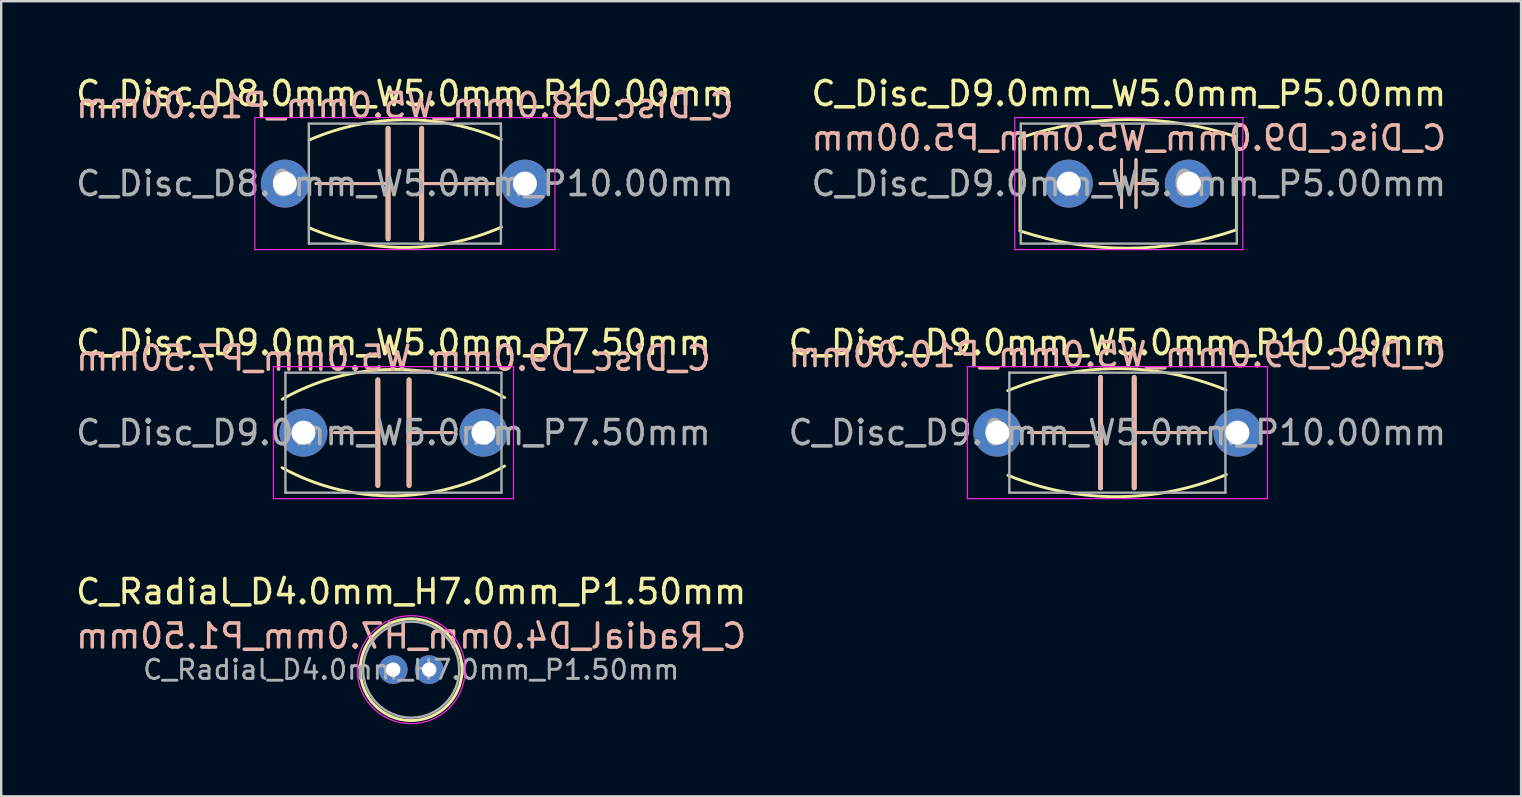
<source format=kicad_pcb>
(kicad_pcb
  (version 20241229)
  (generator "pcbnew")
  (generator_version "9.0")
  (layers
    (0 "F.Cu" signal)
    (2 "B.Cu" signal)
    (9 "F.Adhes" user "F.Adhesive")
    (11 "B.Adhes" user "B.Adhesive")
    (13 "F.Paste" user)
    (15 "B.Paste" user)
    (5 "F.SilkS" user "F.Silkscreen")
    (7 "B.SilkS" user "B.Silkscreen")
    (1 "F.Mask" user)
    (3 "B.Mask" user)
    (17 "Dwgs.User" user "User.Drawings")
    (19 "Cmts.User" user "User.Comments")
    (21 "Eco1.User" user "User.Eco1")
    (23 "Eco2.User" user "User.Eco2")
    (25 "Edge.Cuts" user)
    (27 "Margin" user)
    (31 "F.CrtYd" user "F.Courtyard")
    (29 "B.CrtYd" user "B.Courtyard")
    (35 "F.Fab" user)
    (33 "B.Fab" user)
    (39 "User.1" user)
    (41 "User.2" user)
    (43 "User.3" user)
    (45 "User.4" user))
  (footprint "C_Disc_D9.0mm_W5.0mm_P10.00mm"
    (layer "F.Cu")
    (at 38.494 14.972)
    (property "Reference" "C_Disc_D9.0mm_W5.0mm_P10.00mm" (at 5 -3.75 0) (layer "F.SilkS") (effects (font (size 1 1) (thickness 0.15))))
    (fp_line (start 1.3 0) (end 4.3 0) (stroke (width 0.12) (type solid)) (layer "F.SilkS"))
    (fp_line (start 4.3 0) (end 4.3 -2.3) (stroke (width 0.2) (type solid)) (layer "F.SilkS"))
    (fp_line (start 4.3 0) (end 4.3 2.3) (stroke (width 0.2) (type solid)) (layer "F.SilkS"))
    (fp_line (start 5.7 0) (end 5.7 -2.3) (stroke (width 0.2) (type solid)) (layer "F.SilkS"))
    (fp_line (start 5.7 0) (end 5.7 2.3) (stroke (width 0.2) (type solid)) (layer "F.SilkS"))
    (fp_line (start 5.7 0) (end 8.7 0) (stroke (width 0.12) (type solid)) (layer "F.SilkS"))
    (fp_arc (start 0.431238 -1.746181) (mid 4.974952 -2.667096) (end 9.525 -1.778) (stroke (width 0.12) (type solid)) (layer "F.SilkS"))
    (fp_arc (start 9.538262 1.746181) (mid 4.994548 2.667096) (end 0.4445 1.778) (stroke (width 0.12) (type solid)) (layer "F.SilkS"))
    (fp_line (start 1.3 0) (end 4.3 0) (stroke (width 0.12) (type solid)) (layer "B.SilkS"))
    (fp_line (start 4.3 0) (end 4.3 -2.3) (stroke (width 0.2) (type solid)) (layer "B.SilkS"))
    (fp_line (start 4.3 0) (end 4.3 2.3) (stroke (width 0.2) (type solid)) (layer "B.SilkS"))
    (fp_line (start 5.7 0) (end 5.7 -2.3) (stroke (width 0.2) (type solid)) (layer "B.SilkS"))
    (fp_line (start 5.7 0) (end 5.7 2.3) (stroke (width 0.2) (type solid)) (layer "B.SilkS"))
    (fp_line (start 5.7 0) (end 8.7 0) (stroke (width 0.12) (type solid)) (layer "B.SilkS"))
    (fp_line (start -1.25 -2.75) (end -1.25 2.75) (stroke (width 0.05) (type solid)) (layer "F.CrtYd"))
    (fp_line (start -1.25 2.75) (end 11.25 2.75) (stroke (width 0.05) (type solid)) (layer "F.CrtYd"))
    (fp_line (start 11.25 -2.75) (end -1.25 -2.75) (stroke (width 0.05) (type solid)) (layer "F.CrtYd"))
    (fp_line (start 11.25 2.75) (end 11.25 -2.75) (stroke (width 0.05) (type solid)) (layer "F.CrtYd"))
    (fp_line (start 0.5 -2.5) (end 0.5 2.5) (stroke (width 0.1) (type solid)) (layer "F.Fab"))
    (fp_line (start 0.5 2.5) (end 9.5 2.5) (stroke (width 0.1) (type solid)) (layer "F.Fab"))
    (fp_line (start 9.5 -2.5) (end 0.5 -2.5) (stroke (width 0.1) (type solid)) (layer "F.Fab"))
    (fp_line (start 9.5 2.5) (end 9.5 -2.5) (stroke (width 0.1) (type solid)) (layer "F.Fab"))
    (fp_text user "${REFERENCE}" (at 5 -3.25 0) (layer "B.SilkS") (effects (font (size 1 1) (thickness 0.15)) (justify mirror)))
    (fp_text user "${REFERENCE}" (at 5 0 0) (layer "F.Fab") (effects (font (size 1 1) (thickness 0.15))))
    (pad "1" thru_hole circle (at 0 0) (size 2 2) (drill 1) (layers "*.Cu" "*.Mask"))
    (pad "2" thru_hole circle (at 10 0) (size 2 2) (drill 1) (layers "*.Cu" "*.Mask")))
  (footprint "C_Disc_D9.0mm_W5.0mm_P5.00mm"
    (layer "F.Cu")
    (at 41.47 4.598)
    (property "Reference" "C_Disc_D9.0mm_W5.0mm_P5.00mm" (at 2.5 -3.75 0) (layer "F.SilkS") (effects (font (size 1 1) (thickness 0.15))))
    (fp_line (start -2.038 -1.882) (end -2.032 -1.905) (stroke (width 0.12) (type solid)) (layer "F.SilkS"))
    (fp_line (start -2.038 -1.882) (end -2.032 1.968) (stroke (width 0.12) (type solid)) (layer "F.SilkS"))
    (fp_line (start 1.3 0) (end 2.2 0) (stroke (width 0.12) (type solid)) (layer "F.SilkS"))
    (fp_line (start 2.2 0) (end 2.2 -1) (stroke (width 0.12) (type solid)) (layer "F.SilkS"))
    (fp_line (start 2.2 0) (end 2.2 1) (stroke (width 0.12) (type solid)) (layer "F.SilkS"))
    (fp_line (start 2.8 -1) (end 2.8 1) (stroke (width 0.12) (type solid)) (layer "F.SilkS"))
    (fp_line (start 2.8 0) (end 3.7 0) (stroke (width 0.12) (type solid)) (layer "F.SilkS"))
    (fp_line (start 6.985 0.064) (end 6.985 -1.946) (stroke (width 0.12) (type solid)) (layer "F.SilkS"))
    (fp_line (start 6.985 0.064) (end 6.985 0.572) (stroke (width 0.12) (type solid)) (layer "F.SilkS"))
    (fp_line (start 6.985 0.572) (end 6.985 0.508) (stroke (width 0.12) (type solid)) (layer "F.SilkS"))
    (fp_line (start 6.985 1.905) (end 6.985 0.064) (stroke (width 0.12) (type solid)) (layer "F.SilkS"))
    (fp_arc (start -2.025917 -1.905) (mid 2.476174 -2.667096) (end 6.985 -1.945917) (stroke (width 0.12) (type solid)) (layer "F.SilkS"))
    (fp_arc (start 6.978917 1.927583) (mid 2.476826 2.689679) (end -2.032 1.9685) (stroke (width 0.12) (type solid)) (layer "F.SilkS"))
    (fp_line (start 1.3 0) (end 2.2 0) (stroke (width 0.12) (type solid)) (layer "B.SilkS"))
    (fp_line (start 2.2 0) (end 2.2 -1) (stroke (width 0.12) (type solid)) (layer "B.SilkS"))
    (fp_line (start 2.2 0) (end 2.2 1) (stroke (width 0.12) (type solid)) (layer "B.SilkS"))
    (fp_line (start 2.8 0) (end 3.7 0) (stroke (width 0.12) (type solid)) (layer "B.SilkS"))
    (fp_line (start 2.8 1) (end 2.8 -1) (stroke (width 0.12) (type solid)) (layer "B.SilkS"))
    (fp_line (start -2.25 -2.75) (end -2.25 2.75) (stroke (width 0.05) (type solid)) (layer "F.CrtYd"))
    (fp_line (start -2.25 2.75) (end 7.25 2.75) (stroke (width 0.05) (type solid)) (layer "F.CrtYd"))
    (fp_line (start 7.25 -2.75) (end -2.25 -2.75) (stroke (width 0.05) (type solid)) (layer "F.CrtYd"))
    (fp_line (start 7.25 2.75) (end 7.25 -2.75) (stroke (width 0.05) (type solid)) (layer "F.CrtYd"))
    (fp_line (start -2 -2.5) (end -2 2.5) (stroke (width 0.1) (type solid)) (layer "F.Fab"))
    (fp_line (start -2 2.5) (end 7 2.5) (stroke (width 0.1) (type solid)) (layer "F.Fab"))
    (fp_line (start 7 -2.5) (end -2 -2.5) (stroke (width 0.1) (type solid)) (layer "F.Fab"))
    (fp_line (start 7 2.5) (end 7 -2.5) (stroke (width 0.1) (type solid)) (layer "F.Fab"))
    (fp_text user "${REFERENCE}" (at 2.5 -1.9 0) (layer "B.SilkS") (effects (font (size 1 1) (thickness 0.15)) (justify mirror)))
    (fp_text user "${REFERENCE}" (at 2.5 0 0) (layer "F.Fab") (effects (font (size 1 1) (thickness 0.15))))
    (pad "1" thru_hole circle (at 0 0) (size 2 2) (drill 1) (layers "*.Cu" "*.Mask"))
    (pad "2" thru_hole circle (at 5 0) (size 2 2) (drill 1) (layers "*.Cu" "*.Mask")))
  (footprint "C_Disc_D9.0mm_W5.0mm_P7.50mm"
    (layer "F.Cu")
    (at 9.589 14.972)
    (property "Reference" "C_Disc_D9.0mm_W5.0mm_P7.50mm" (at 3.75 -3.75 0) (layer "F.SilkS") (effects (font (size 1 1) (thickness 0.15))))
    (fp_line (start 1.3 0) (end 3.1 0) (stroke (width 0.12) (type solid)) (layer "F.SilkS"))
    (fp_line (start 3.1 0) (end 3.1 -2.2) (stroke (width 0.2) (type solid)) (layer "F.SilkS"))
    (fp_line (start 3.1 0) (end 3.1 2.2) (stroke (width 0.2) (type solid)) (layer "F.SilkS"))
    (fp_line (start 4.4 0) (end 4.4 -2.2) (stroke (width 0.2) (type solid)) (layer "F.SilkS"))
    (fp_line (start 4.4 0) (end 4.4 2.2) (stroke (width 0.2) (type solid)) (layer "F.SilkS"))
    (fp_line (start 4.4 0) (end 6.2 0) (stroke (width 0.12) (type solid)) (layer "F.SilkS"))
    (fp_arc (start -0.884963 -1.391723) (mid 3.739555 -2.633873) (end 8.382 -1.4605) (stroke (width 0.12) (type solid)) (layer "F.SilkS"))
    (fp_arc (start 8.377963 1.391723) (mid 3.753445 2.633873) (end -0.889 1.4605) (stroke (width 0.12) (type solid)) (layer "F.SilkS"))
    (fp_line (start 1.3 0) (end 3.048 0) (stroke (width 0.12) (type solid)) (layer "B.SilkS"))
    (fp_line (start 3.1 0) (end 3.1 -2.2) (stroke (width 0.2) (type solid)) (layer "B.SilkS"))
    (fp_line (start 3.1 0) (end 3.1 2.2) (stroke (width 0.2) (type solid)) (layer "B.SilkS"))
    (fp_line (start 4.4 0) (end 4.4 -2.2) (stroke (width 0.2) (type solid)) (layer "B.SilkS"))
    (fp_line (start 4.4 0) (end 4.4 2.2) (stroke (width 0.2) (type solid)) (layer "B.SilkS"))
    (fp_line (start 4.445 0) (end 6.2 0) (stroke (width 0.12) (type solid)) (layer "B.SilkS"))
    (fp_line (start -1.25 -2.75) (end -1.25 2.75) (stroke (width 0.05) (type solid)) (layer "F.CrtYd"))
    (fp_line (start -1.25 2.75) (end 8.75 2.75) (stroke (width 0.05) (type solid)) (layer "F.CrtYd"))
    (fp_line (start 8.75 -2.75) (end -1.25 -2.75) (stroke (width 0.05) (type solid)) (layer "F.CrtYd"))
    (fp_line (start 8.75 2.75) (end 8.75 -2.75) (stroke (width 0.05) (type solid)) (layer "F.CrtYd"))
    (fp_line (start -0.75 -2.5) (end -0.75 2.5) (stroke (width 0.1) (type solid)) (layer "F.Fab"))
    (fp_line (start -0.75 2.5) (end 8.25 2.5) (stroke (width 0.1) (type solid)) (layer "F.Fab"))
    (fp_line (start 8.25 -2.5) (end -0.75 -2.5) (stroke (width 0.1) (type solid)) (layer "F.Fab"))
    (fp_line (start 8.25 2.5) (end 8.25 -2.5) (stroke (width 0.1) (type solid)) (layer "F.Fab"))
    (fp_text user "${REFERENCE}" (at 3.75 -3.1 0) (layer "B.SilkS") (effects (font (size 1 1) (thickness 0.15)) (justify mirror)))
    (fp_text user "${REFERENCE}" (at 3.75 0 0) (layer "F.Fab") (effects (font (size 1 1) (thickness 0.15))))
    (pad "1" thru_hole circle (at 0 0) (size 2 2) (drill 1) (layers "*.Cu" "*.Mask"))
    (pad "2" thru_hole circle (at 7.5 0) (size 2 2) (drill 1) (layers "*.Cu" "*.Mask")))
  (footprint "C_Disc_D8.0mm_W5.0mm_P10.00mm"
    (layer "F.Cu")
    (at 8.815 4.598)
    (property "Reference" "C_Disc_D8.0mm_W5.0mm_P10.00mm" (at 5 -3.75 0) (layer "F.SilkS") (effects (font (size 1 1) (thickness 0.15))))
    (fp_line (start 1.3 0) (end 4.3 0) (stroke (width 0.12) (type solid)) (layer "F.SilkS"))
    (fp_line (start 4.3 0) (end 4.3 -2.3) (stroke (width 0.2) (type solid)) (layer "F.SilkS"))
    (fp_line (start 4.3 0) (end 4.3 2.3) (stroke (width 0.2) (type solid)) (layer "F.SilkS"))
    (fp_line (start 5.7 0) (end 5.7 -2.3) (stroke (width 0.2) (type solid)) (layer "F.SilkS"))
    (fp_line (start 5.7 0) (end 5.7 2.3) (stroke (width 0.2) (type solid)) (layer "F.SilkS"))
    (fp_line (start 5.7 0) (end 8.7 0) (stroke (width 0.12) (type solid)) (layer "F.SilkS"))
    (fp_arc (start 1.011473 -1.81222) (mid 5.01119 -2.659733) (end 9.017 -1.8415) (stroke (width 0.12) (type solid)) (layer "F.SilkS"))
    (fp_arc (start 9.021527 1.81222) (mid 5.02181 2.659733) (end 1.016 1.8415) (stroke (width 0.12) (type solid)) (layer "F.SilkS"))
    (fp_line (start 1.3 0) (end 4.3 0) (stroke (width 0.12) (type solid)) (layer "B.SilkS"))
    (fp_line (start 4.3 0) (end 4.3 -2.3) (stroke (width 0.2) (type solid)) (layer "B.SilkS"))
    (fp_line (start 4.3 0) (end 4.3 2.3) (stroke (width 0.2) (type solid)) (layer "B.SilkS"))
    (fp_line (start 5.7 0) (end 5.7 -2.3) (stroke (width 0.2) (type solid)) (layer "B.SilkS"))
    (fp_line (start 5.7 0) (end 5.7 2.3) (stroke (width 0.2) (type solid)) (layer "B.SilkS"))
    (fp_line (start 5.7 0) (end 8.7 0) (stroke (width 0.12) (type solid)) (layer "B.SilkS"))
    (fp_line (start -1.25 -2.75) (end -1.25 2.75) (stroke (width 0.05) (type solid)) (layer "F.CrtYd"))
    (fp_line (start -1.25 2.75) (end 11.25 2.75) (stroke (width 0.05) (type solid)) (layer "F.CrtYd"))
    (fp_line (start 11.25 -2.75) (end -1.25 -2.75) (stroke (width 0.05) (type solid)) (layer "F.CrtYd"))
    (fp_line (start 11.25 2.75) (end 11.25 -2.75) (stroke (width 0.05) (type solid)) (layer "F.CrtYd"))
    (fp_line (start 1 -2.5) (end 1 2.5) (stroke (width 0.1) (type solid)) (layer "F.Fab"))
    (fp_line (start 1 2.5) (end 9 2.5) (stroke (width 0.1) (type solid)) (layer "F.Fab"))
    (fp_line (start 9 -2.5) (end 1 -2.5) (stroke (width 0.1) (type solid)) (layer "F.Fab"))
    (fp_line (start 9 2.5) (end 9 -2.5) (stroke (width 0.1) (type solid)) (layer "F.Fab"))
    (fp_text user "${REFERENCE}" (at 5 -3.25 0) (layer "B.SilkS") (effects (font (size 1 1) (thickness 0.15)) (justify mirror)))
    (fp_text user "${REFERENCE}" (at 5 0 0) (layer "F.Fab") (effects (font (size 1 1) (thickness 0.15))))
    (pad "1" thru_hole circle (at 0 0) (size 2 2) (drill 1) (layers "*.Cu" "*.Mask"))
    (pad "2" thru_hole circle (at 10 0) (size 2 2) (drill 1) (layers "*.Cu" "*.Mask")))
  (footprint "C_Radial_D4.0mm_H7.0mm_P1.50mm"
    (layer "F.Cu")
    (at 13.327 24.845)
    (property "Reference" "C_Radial_D4.0mm_H7.0mm_P1.50mm" (at 0.75 -3.25 0) (layer "F.SilkS") (effects (font (size 1 1) (thickness 0.15))))
    (fp_circle (center 0.75 0) (end 2.87 0) (stroke (width 0.12) (type solid)) (fill no) (layer "F.SilkS"))
    (fp_circle (center 0.75 0) (end 3 0) (stroke (width 0.05) (type solid)) (fill no) (layer "F.CrtYd"))
    (fp_circle (center 0.75 0) (end 2.75 0) (stroke (width 0.1) (type solid)) (fill no) (layer "F.Fab"))
    (fp_text user "${REFERENCE}" (at 0.75 -1.4 0) (layer "B.SilkS") (effects (font (size 1 1) (thickness 0.15)) (justify mirror)))
    (fp_text user "${REFERENCE}" (at 0.75 0 0) (layer "F.Fab") (effects (font (size 0.8 0.8) (thickness 0.12))))
    (pad "1" thru_hole circle (at 0 0) (size 1.2 1.2) (drill 0.6) (layers "*.Cu" "*.Mask"))
    (pad "2" thru_hole circle (at 1.5 0) (size 1.2 1.2) (drill 0.6) (layers "*.Cu" "*.Mask")))
  (gr_rect
    (start -3 -3)
    (end 60.31 30.12)
    (stroke (width 0.1) (type default))
    (fill no)
    (layer "Edge.Cuts")))
</source>
